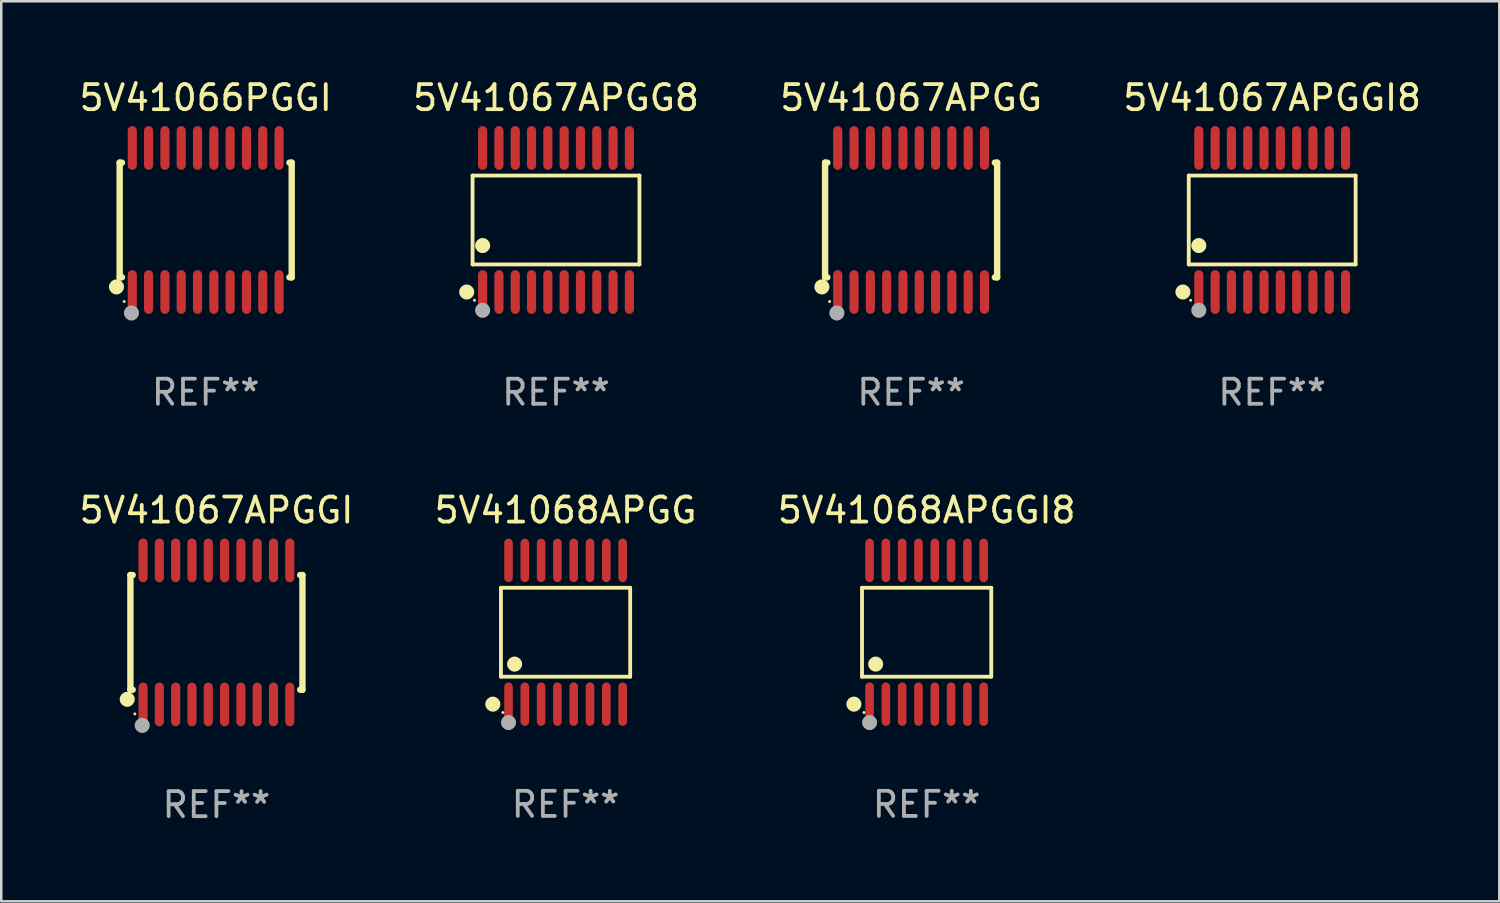
<source format=kicad_pcb>
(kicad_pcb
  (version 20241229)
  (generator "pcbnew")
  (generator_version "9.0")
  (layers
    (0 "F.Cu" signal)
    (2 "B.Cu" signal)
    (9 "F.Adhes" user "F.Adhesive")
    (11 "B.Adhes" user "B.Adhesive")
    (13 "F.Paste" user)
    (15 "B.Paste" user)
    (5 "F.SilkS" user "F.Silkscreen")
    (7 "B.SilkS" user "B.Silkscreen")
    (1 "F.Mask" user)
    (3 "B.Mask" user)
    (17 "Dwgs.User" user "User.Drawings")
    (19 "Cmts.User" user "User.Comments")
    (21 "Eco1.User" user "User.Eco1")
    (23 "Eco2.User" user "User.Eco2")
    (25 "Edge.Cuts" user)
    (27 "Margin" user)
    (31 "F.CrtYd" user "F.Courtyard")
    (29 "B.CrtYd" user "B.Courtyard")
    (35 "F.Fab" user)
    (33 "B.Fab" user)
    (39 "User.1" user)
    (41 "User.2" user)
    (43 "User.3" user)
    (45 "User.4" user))
  (footprint "5V41068APGGI8"
    (layer "F.Cu")
    (at 33.887 22.152)
    (property "Reference" "5V41068APGGI8" (at 0 -4.866 0) (layer "F.SilkS") (effects (font (size 1 1) (thickness 0.15))))
    (attr through_hole)
    (fp_line (start -2.576 -1.772) (end 2.576 -1.772) (stroke (width 0.152) (type solid)) (layer "F.SilkS"))
    (fp_line (start -2.576 1.771) (end -2.576 -1.772) (stroke (width 0.152) (type solid)) (layer "F.SilkS"))
    (fp_line (start 2.576 -1.772) (end 2.576 1.771) (stroke (width 0.152) (type solid)) (layer "F.SilkS"))
    (fp_line (start 2.576 1.771) (end -2.576 1.771) (stroke (width 0.152) (type solid)) (layer "F.SilkS"))
    (fp_circle (center -2.899 2.866) (end -2.749 2.866) (stroke (width 0.3) (type solid)) (fill no) (layer "F.SilkS"))
    (fp_circle (center -2.5 3.2) (end -2.47 3.2) (stroke (width 0.06) (type solid)) (fill no) (layer "F.SilkS"))
    (fp_circle (center -2.032 1.27) (end -1.882 1.27) (stroke (width 0.3) (type solid)) (fill no) (layer "F.SilkS"))
    (fp_circle (center -2.275 3.6) (end -2.125 3.6) (stroke (width 0.3) (type solid)) (fill no) (layer "F.Fab"))
    (fp_text user "REF**" (at 0 6.866 0) (layer "F.Fab") (effects (font (size 1 1) (thickness 0.15))))
    (pad "1" smd oval (at -2.275 2.866) (size 0.343 1.731) (layers "F.Cu" "F.Mask" "F.Paste"))
    (pad "2" smd oval (at -1.625 2.866) (size 0.343 1.731) (layers "F.Cu" "F.Mask" "F.Paste"))
    (pad "3" smd oval (at -0.975 2.866) (size 0.343 1.731) (layers "F.Cu" "F.Mask" "F.Paste"))
    (pad "4" smd oval (at -0.325 2.866) (size 0.343 1.731) (layers "F.Cu" "F.Mask" "F.Paste"))
    (pad "5" smd oval (at 0.325 2.866) (size 0.343 1.731) (layers "F.Cu" "F.Mask" "F.Paste"))
    (pad "6" smd oval (at 0.975 2.866) (size 0.343 1.731) (layers "F.Cu" "F.Mask" "F.Paste"))
    (pad "7" smd oval (at 1.625 2.866) (size 0.343 1.731) (layers "F.Cu" "F.Mask" "F.Paste"))
    (pad "8" smd oval (at 2.275 2.866) (size 0.343 1.731) (layers "F.Cu" "F.Mask" "F.Paste"))
    (pad "9" smd oval (at 2.275 -2.866) (size 0.343 1.731) (layers "F.Cu" "F.Mask" "F.Paste"))
    (pad "10" smd oval (at 1.625 -2.866) (size 0.343 1.731) (layers "F.Cu" "F.Mask" "F.Paste"))
    (pad "11" smd oval (at 0.975 -2.866) (size 0.343 1.731) (layers "F.Cu" "F.Mask" "F.Paste"))
    (pad "12" smd oval (at 0.325 -2.866) (size 0.343 1.731) (layers "F.Cu" "F.Mask" "F.Paste"))
    (pad "13" smd oval (at -0.325 -2.866) (size 0.343 1.731) (layers "F.Cu" "F.Mask" "F.Paste"))
    (pad "14" smd oval (at -0.975 -2.866) (size 0.343 1.731) (layers "F.Cu" "F.Mask" "F.Paste"))
    (pad "15" smd oval (at -1.625 -2.866) (size 0.343 1.731) (layers "F.Cu" "F.Mask" "F.Paste"))
    (pad "16" smd oval (at -2.275 -2.866) (size 0.343 1.731) (layers "F.Cu" "F.Mask" "F.Paste")))
  (footprint "5V41067APGG"
    (layer "F.Cu")
    (at 33.268 5.719)
    (property "Reference" "5V41067APGG" (at 0 -4.871 0) (layer "F.SilkS") (effects (font (size 1 1) (thickness 0.15))))
    (attr through_hole)
    (fp_line (start -3.429 -2.286) (end -3.429 2.286) (stroke (width 0.254) (type solid)) (layer "F.SilkS"))
    (fp_line (start -3.429 2.286) (end -3.338 2.286) (stroke (width 0.254) (type solid)) (layer "F.SilkS"))
    (fp_line (start -3.338 -2.286) (end -3.429 -2.286) (stroke (width 0.254) (type solid)) (layer "F.SilkS"))
    (fp_line (start 3.338 -2.286) (end 3.429 -2.286) (stroke (width 0.254) (type solid)) (layer "F.SilkS"))
    (fp_line (start 3.429 -2.286) (end 3.429 2.286) (stroke (width 0.254) (type solid)) (layer "F.SilkS"))
    (fp_line (start 3.429 2.286) (end 3.338 2.286) (stroke (width 0.254) (type solid)) (layer "F.SilkS"))
    (fp_circle (center -3.556 2.667) (end -3.406 2.667) (stroke (width 0.3) (type solid)) (fill no) (layer "F.SilkS"))
    (fp_circle (center -3.25 3.25) (end -3.22 3.25) (stroke (width 0.06) (type solid)) (fill no) (layer "F.SilkS"))
    (fp_circle (center -2.959 3.707) (end -2.808 3.707) (stroke (width 0.3) (type solid)) (fill no) (layer "F.Fab"))
    (fp_text user "REF**" (at 0 6.871 0) (layer "F.Fab") (effects (font (size 1 1) (thickness 0.15))))
    (pad "1" smd oval (at -2.925 2.871) (size 0.364 1.742) (layers "F.Cu" "F.Mask" "F.Paste"))
    (pad "2" smd oval (at -2.275 2.871) (size 0.364 1.742) (layers "F.Cu" "F.Mask" "F.Paste"))
    (pad "3" smd oval (at -1.625 2.871) (size 0.364 1.742) (layers "F.Cu" "F.Mask" "F.Paste"))
    (pad "4" smd oval (at -0.975 2.871) (size 0.364 1.742) (layers "F.Cu" "F.Mask" "F.Paste"))
    (pad "5" smd oval (at -0.325 2.871) (size 0.364 1.742) (layers "F.Cu" "F.Mask" "F.Paste"))
    (pad "6" smd oval (at 0.325 2.871) (size 0.364 1.742) (layers "F.Cu" "F.Mask" "F.Paste"))
    (pad "7" smd oval (at 0.975 2.871) (size 0.364 1.742) (layers "F.Cu" "F.Mask" "F.Paste"))
    (pad "8" smd oval (at 1.625 2.871) (size 0.364 1.742) (layers "F.Cu" "F.Mask" "F.Paste"))
    (pad "9" smd oval (at 2.275 2.871) (size 0.364 1.742) (layers "F.Cu" "F.Mask" "F.Paste"))
    (pad "10" smd oval (at 2.925 2.871) (size 0.364 1.742) (layers "F.Cu" "F.Mask" "F.Paste"))
    (pad "11" smd oval (at 2.925 -2.871) (size 0.364 1.742) (layers "F.Cu" "F.Mask" "F.Paste"))
    (pad "12" smd oval (at 2.275 -2.871) (size 0.364 1.742) (layers "F.Cu" "F.Mask" "F.Paste"))
    (pad "13" smd oval (at 1.625 -2.871) (size 0.364 1.742) (layers "F.Cu" "F.Mask" "F.Paste"))
    (pad "14" smd oval (at 0.975 -2.871) (size 0.364 1.742) (layers "F.Cu" "F.Mask" "F.Paste"))
    (pad "15" smd oval (at 0.325 -2.871) (size 0.364 1.742) (layers "F.Cu" "F.Mask" "F.Paste"))
    (pad "16" smd oval (at -0.325 -2.871) (size 0.364 1.742) (layers "F.Cu" "F.Mask" "F.Paste"))
    (pad "17" smd oval (at -0.975 -2.871) (size 0.364 1.742) (layers "F.Cu" "F.Mask" "F.Paste"))
    (pad "18" smd oval (at -1.625 -2.871) (size 0.364 1.742) (layers "F.Cu" "F.Mask" "F.Paste"))
    (pad "19" smd oval (at -2.275 -2.871) (size 0.364 1.742) (layers "F.Cu" "F.Mask" "F.Paste"))
    (pad "20" smd oval (at -2.925 -2.871) (size 0.364 1.742) (layers "F.Cu" "F.Mask" "F.Paste")))
  (footprint "5V41067APGGI"
    (layer "F.Cu")
    (at 5.577 22.158)
    (property "Reference" "5V41067APGGI" (at 0 -4.871 0) (layer "F.SilkS") (effects (font (size 1 1) (thickness 0.15))))
    (attr through_hole)
    (fp_line (start -3.429 -2.286) (end -3.429 2.286) (stroke (width 0.254) (type solid)) (layer "F.SilkS"))
    (fp_line (start -3.429 2.286) (end -3.338 2.286) (stroke (width 0.254) (type solid)) (layer "F.SilkS"))
    (fp_line (start -3.338 -2.286) (end -3.429 -2.286) (stroke (width 0.254) (type solid)) (layer "F.SilkS"))
    (fp_line (start 3.338 -2.286) (end 3.429 -2.286) (stroke (width 0.254) (type solid)) (layer "F.SilkS"))
    (fp_line (start 3.429 -2.286) (end 3.429 2.286) (stroke (width 0.254) (type solid)) (layer "F.SilkS"))
    (fp_line (start 3.429 2.286) (end 3.338 2.286) (stroke (width 0.254) (type solid)) (layer "F.SilkS"))
    (fp_circle (center -3.556 2.667) (end -3.406 2.667) (stroke (width 0.3) (type solid)) (fill no) (layer "F.SilkS"))
    (fp_circle (center -3.25 3.25) (end -3.22 3.25) (stroke (width 0.06) (type solid)) (fill no) (layer "F.SilkS"))
    (fp_circle (center -2.959 3.707) (end -2.808 3.707) (stroke (width 0.3) (type solid)) (fill no) (layer "F.Fab"))
    (fp_text user "REF**" (at 0 6.871 0) (layer "F.Fab") (effects (font (size 1 1) (thickness 0.15))))
    (pad "1" smd oval (at -2.925 2.871) (size 0.364 1.742) (layers "F.Cu" "F.Mask" "F.Paste"))
    (pad "2" smd oval (at -2.275 2.871) (size 0.364 1.742) (layers "F.Cu" "F.Mask" "F.Paste"))
    (pad "3" smd oval (at -1.625 2.871) (size 0.364 1.742) (layers "F.Cu" "F.Mask" "F.Paste"))
    (pad "4" smd oval (at -0.975 2.871) (size 0.364 1.742) (layers "F.Cu" "F.Mask" "F.Paste"))
    (pad "5" smd oval (at -0.325 2.871) (size 0.364 1.742) (layers "F.Cu" "F.Mask" "F.Paste"))
    (pad "6" smd oval (at 0.325 2.871) (size 0.364 1.742) (layers "F.Cu" "F.Mask" "F.Paste"))
    (pad "7" smd oval (at 0.975 2.871) (size 0.364 1.742) (layers "F.Cu" "F.Mask" "F.Paste"))
    (pad "8" smd oval (at 1.625 2.871) (size 0.364 1.742) (layers "F.Cu" "F.Mask" "F.Paste"))
    (pad "9" smd oval (at 2.275 2.871) (size 0.364 1.742) (layers "F.Cu" "F.Mask" "F.Paste"))
    (pad "10" smd oval (at 2.925 2.871) (size 0.364 1.742) (layers "F.Cu" "F.Mask" "F.Paste"))
    (pad "11" smd oval (at 2.925 -2.871) (size 0.364 1.742) (layers "F.Cu" "F.Mask" "F.Paste"))
    (pad "12" smd oval (at 2.275 -2.871) (size 0.364 1.742) (layers "F.Cu" "F.Mask" "F.Paste"))
    (pad "13" smd oval (at 1.625 -2.871) (size 0.364 1.742) (layers "F.Cu" "F.Mask" "F.Paste"))
    (pad "14" smd oval (at 0.975 -2.871) (size 0.364 1.742) (layers "F.Cu" "F.Mask" "F.Paste"))
    (pad "15" smd oval (at 0.325 -2.871) (size 0.364 1.742) (layers "F.Cu" "F.Mask" "F.Paste"))
    (pad "16" smd oval (at -0.325 -2.871) (size 0.364 1.742) (layers "F.Cu" "F.Mask" "F.Paste"))
    (pad "17" smd oval (at -0.975 -2.871) (size 0.364 1.742) (layers "F.Cu" "F.Mask" "F.Paste"))
    (pad "18" smd oval (at -1.625 -2.871) (size 0.364 1.742) (layers "F.Cu" "F.Mask" "F.Paste"))
    (pad "19" smd oval (at -2.275 -2.871) (size 0.364 1.742) (layers "F.Cu" "F.Mask" "F.Paste"))
    (pad "20" smd oval (at -2.925 -2.871) (size 0.364 1.742) (layers "F.Cu" "F.Mask" "F.Paste")))
  (footprint "5V41067APGGI8"
    (layer "F.Cu")
    (at 47.661 5.719)
    (property "Reference" "5V41067APGGI8" (at 0 -4.871 0) (layer "F.SilkS") (effects (font (size 1 1) (thickness 0.15))))
    (attr through_hole)
    (fp_line (start -3.326 -1.771) (end 3.326 -1.771) (stroke (width 0.152) (type solid)) (layer "F.SilkS"))
    (fp_line (start -3.326 1.771) (end -3.326 -1.771) (stroke (width 0.152) (type solid)) (layer "F.SilkS"))
    (fp_line (start 3.326 -1.771) (end 3.326 1.771) (stroke (width 0.152) (type solid)) (layer "F.SilkS"))
    (fp_line (start 3.326 1.771) (end -3.326 1.771) (stroke (width 0.152) (type solid)) (layer "F.SilkS"))
    (fp_circle (center -3.559 2.871) (end -3.409 2.871) (stroke (width 0.3) (type solid)) (fill no) (layer "F.SilkS"))
    (fp_circle (center -3.25 3.2) (end -3.22 3.2) (stroke (width 0.06) (type solid)) (fill no) (layer "F.SilkS"))
    (fp_circle (center -2.925 1.019) (end -2.775 1.019) (stroke (width 0.3) (type solid)) (fill no) (layer "F.SilkS"))
    (fp_circle (center -2.925 3.6) (end -2.775 3.6) (stroke (width 0.3) (type solid)) (fill no) (layer "F.Fab"))
    (fp_text user "REF**" (at 0 6.871 0) (layer "F.Fab") (effects (font (size 1 1) (thickness 0.15))))
    (pad "1" smd oval (at -2.925 2.871) (size 0.364 1.742) (layers "F.Cu" "F.Mask" "F.Paste"))
    (pad "2" smd oval (at -2.275 2.871) (size 0.364 1.742) (layers "F.Cu" "F.Mask" "F.Paste"))
    (pad "3" smd oval (at -1.625 2.871) (size 0.364 1.742) (layers "F.Cu" "F.Mask" "F.Paste"))
    (pad "4" smd oval (at -0.975 2.871) (size 0.364 1.742) (layers "F.Cu" "F.Mask" "F.Paste"))
    (pad "5" smd oval (at -0.325 2.871) (size 0.364 1.742) (layers "F.Cu" "F.Mask" "F.Paste"))
    (pad "6" smd oval (at 0.325 2.871) (size 0.364 1.742) (layers "F.Cu" "F.Mask" "F.Paste"))
    (pad "7" smd oval (at 0.975 2.871) (size 0.364 1.742) (layers "F.Cu" "F.Mask" "F.Paste"))
    (pad "8" smd oval (at 1.625 2.871) (size 0.364 1.742) (layers "F.Cu" "F.Mask" "F.Paste"))
    (pad "9" smd oval (at 2.275 2.871) (size 0.364 1.742) (layers "F.Cu" "F.Mask" "F.Paste"))
    (pad "10" smd oval (at 2.925 2.871) (size 0.364 1.742) (layers "F.Cu" "F.Mask" "F.Paste"))
    (pad "11" smd oval (at 2.925 -2.871) (size 0.364 1.742) (layers "F.Cu" "F.Mask" "F.Paste"))
    (pad "12" smd oval (at 2.275 -2.871) (size 0.364 1.742) (layers "F.Cu" "F.Mask" "F.Paste"))
    (pad "13" smd oval (at 1.625 -2.871) (size 0.364 1.742) (layers "F.Cu" "F.Mask" "F.Paste"))
    (pad "14" smd oval (at 0.975 -2.871) (size 0.364 1.742) (layers "F.Cu" "F.Mask" "F.Paste"))
    (pad "15" smd oval (at 0.325 -2.871) (size 0.364 1.742) (layers "F.Cu" "F.Mask" "F.Paste"))
    (pad "16" smd oval (at -0.325 -2.871) (size 0.364 1.742) (layers "F.Cu" "F.Mask" "F.Paste"))
    (pad "17" smd oval (at -0.975 -2.871) (size 0.364 1.742) (layers "F.Cu" "F.Mask" "F.Paste"))
    (pad "18" smd oval (at -1.625 -2.871) (size 0.364 1.742) (layers "F.Cu" "F.Mask" "F.Paste"))
    (pad "19" smd oval (at -2.275 -2.871) (size 0.364 1.742) (layers "F.Cu" "F.Mask" "F.Paste"))
    (pad "20" smd oval (at -2.925 -2.871) (size 0.364 1.742) (layers "F.Cu" "F.Mask" "F.Paste")))
  (footprint "5V41066PGGI"
    (layer "F.Cu")
    (at 5.149 5.719)
    (property "Reference" "5V41066PGGI" (at 0 -4.871 0) (layer "F.SilkS") (effects (font (size 1 1) (thickness 0.15))))
    (attr through_hole)
    (fp_line (start -3.429 -2.286) (end -3.429 2.286) (stroke (width 0.254) (type solid)) (layer "F.SilkS"))
    (fp_line (start -3.429 2.286) (end -3.338 2.286) (stroke (width 0.254) (type solid)) (layer "F.SilkS"))
    (fp_line (start -3.338 -2.286) (end -3.429 -2.286) (stroke (width 0.254) (type solid)) (layer "F.SilkS"))
    (fp_line (start 3.338 -2.286) (end 3.429 -2.286) (stroke (width 0.254) (type solid)) (layer "F.SilkS"))
    (fp_line (start 3.429 -2.286) (end 3.429 2.286) (stroke (width 0.254) (type solid)) (layer "F.SilkS"))
    (fp_line (start 3.429 2.286) (end 3.338 2.286) (stroke (width 0.254) (type solid)) (layer "F.SilkS"))
    (fp_circle (center -3.556 2.667) (end -3.406 2.667) (stroke (width 0.3) (type solid)) (fill no) (layer "F.SilkS"))
    (fp_circle (center -3.25 3.25) (end -3.22 3.25) (stroke (width 0.06) (type solid)) (fill no) (layer "F.SilkS"))
    (fp_circle (center -2.959 3.707) (end -2.808 3.707) (stroke (width 0.3) (type solid)) (fill no) (layer "F.Fab"))
    (fp_text user "REF**" (at 0 6.871 0) (layer "F.Fab") (effects (font (size 1 1) (thickness 0.15))))
    (pad "1" smd oval (at -2.925 2.871) (size 0.364 1.742) (layers "F.Cu" "F.Mask" "F.Paste"))
    (pad "2" smd oval (at -2.275 2.871) (size 0.364 1.742) (layers "F.Cu" "F.Mask" "F.Paste"))
    (pad "3" smd oval (at -1.625 2.871) (size 0.364 1.742) (layers "F.Cu" "F.Mask" "F.Paste"))
    (pad "4" smd oval (at -0.975 2.871) (size 0.364 1.742) (layers "F.Cu" "F.Mask" "F.Paste"))
    (pad "5" smd oval (at -0.325 2.871) (size 0.364 1.742) (layers "F.Cu" "F.Mask" "F.Paste"))
    (pad "6" smd oval (at 0.325 2.871) (size 0.364 1.742) (layers "F.Cu" "F.Mask" "F.Paste"))
    (pad "7" smd oval (at 0.975 2.871) (size 0.364 1.742) (layers "F.Cu" "F.Mask" "F.Paste"))
    (pad "8" smd oval (at 1.625 2.871) (size 0.364 1.742) (layers "F.Cu" "F.Mask" "F.Paste"))
    (pad "9" smd oval (at 2.275 2.871) (size 0.364 1.742) (layers "F.Cu" "F.Mask" "F.Paste"))
    (pad "10" smd oval (at 2.925 2.871) (size 0.364 1.742) (layers "F.Cu" "F.Mask" "F.Paste"))
    (pad "11" smd oval (at 2.925 -2.871) (size 0.364 1.742) (layers "F.Cu" "F.Mask" "F.Paste"))
    (pad "12" smd oval (at 2.275 -2.871) (size 0.364 1.742) (layers "F.Cu" "F.Mask" "F.Paste"))
    (pad "13" smd oval (at 1.625 -2.871) (size 0.364 1.742) (layers "F.Cu" "F.Mask" "F.Paste"))
    (pad "14" smd oval (at 0.975 -2.871) (size 0.364 1.742) (layers "F.Cu" "F.Mask" "F.Paste"))
    (pad "15" smd oval (at 0.325 -2.871) (size 0.364 1.742) (layers "F.Cu" "F.Mask" "F.Paste"))
    (pad "16" smd oval (at -0.325 -2.871) (size 0.364 1.742) (layers "F.Cu" "F.Mask" "F.Paste"))
    (pad "17" smd oval (at -0.975 -2.871) (size 0.364 1.742) (layers "F.Cu" "F.Mask" "F.Paste"))
    (pad "18" smd oval (at -1.625 -2.871) (size 0.364 1.742) (layers "F.Cu" "F.Mask" "F.Paste"))
    (pad "19" smd oval (at -2.275 -2.871) (size 0.364 1.742) (layers "F.Cu" "F.Mask" "F.Paste"))
    (pad "20" smd oval (at -2.925 -2.871) (size 0.364 1.742) (layers "F.Cu" "F.Mask" "F.Paste")))
  (footprint "5V41067APGG8"
    (layer "F.Cu")
    (at 19.113 5.719)
    (property "Reference" "5V41067APGG8" (at 0 -4.871 0) (layer "F.SilkS") (effects (font (size 1 1) (thickness 0.15))))
    (attr through_hole)
    (fp_line (start -3.326 -1.771) (end 3.326 -1.771) (stroke (width 0.152) (type solid)) (layer "F.SilkS"))
    (fp_line (start -3.326 1.771) (end -3.326 -1.771) (stroke (width 0.152) (type solid)) (layer "F.SilkS"))
    (fp_line (start 3.326 -1.771) (end 3.326 1.771) (stroke (width 0.152) (type solid)) (layer "F.SilkS"))
    (fp_line (start 3.326 1.771) (end -3.326 1.771) (stroke (width 0.152) (type solid)) (layer "F.SilkS"))
    (fp_circle (center -3.559 2.871) (end -3.409 2.871) (stroke (width 0.3) (type solid)) (fill no) (layer "F.SilkS"))
    (fp_circle (center -3.25 3.2) (end -3.22 3.2) (stroke (width 0.06) (type solid)) (fill no) (layer "F.SilkS"))
    (fp_circle (center -2.925 1.019) (end -2.775 1.019) (stroke (width 0.3) (type solid)) (fill no) (layer "F.SilkS"))
    (fp_circle (center -2.925 3.6) (end -2.775 3.6) (stroke (width 0.3) (type solid)) (fill no) (layer "F.Fab"))
    (fp_text user "REF**" (at 0 6.871 0) (layer "F.Fab") (effects (font (size 1 1) (thickness 0.15))))
    (pad "1" smd oval (at -2.925 2.871) (size 0.364 1.742) (layers "F.Cu" "F.Mask" "F.Paste"))
    (pad "2" smd oval (at -2.275 2.871) (size 0.364 1.742) (layers "F.Cu" "F.Mask" "F.Paste"))
    (pad "3" smd oval (at -1.625 2.871) (size 0.364 1.742) (layers "F.Cu" "F.Mask" "F.Paste"))
    (pad "4" smd oval (at -0.975 2.871) (size 0.364 1.742) (layers "F.Cu" "F.Mask" "F.Paste"))
    (pad "5" smd oval (at -0.325 2.871) (size 0.364 1.742) (layers "F.Cu" "F.Mask" "F.Paste"))
    (pad "6" smd oval (at 0.325 2.871) (size 0.364 1.742) (layers "F.Cu" "F.Mask" "F.Paste"))
    (pad "7" smd oval (at 0.975 2.871) (size 0.364 1.742) (layers "F.Cu" "F.Mask" "F.Paste"))
    (pad "8" smd oval (at 1.625 2.871) (size 0.364 1.742) (layers "F.Cu" "F.Mask" "F.Paste"))
    (pad "9" smd oval (at 2.275 2.871) (size 0.364 1.742) (layers "F.Cu" "F.Mask" "F.Paste"))
    (pad "10" smd oval (at 2.925 2.871) (size 0.364 1.742) (layers "F.Cu" "F.Mask" "F.Paste"))
    (pad "11" smd oval (at 2.925 -2.871) (size 0.364 1.742) (layers "F.Cu" "F.Mask" "F.Paste"))
    (pad "12" smd oval (at 2.275 -2.871) (size 0.364 1.742) (layers "F.Cu" "F.Mask" "F.Paste"))
    (pad "13" smd oval (at 1.625 -2.871) (size 0.364 1.742) (layers "F.Cu" "F.Mask" "F.Paste"))
    (pad "14" smd oval (at 0.975 -2.871) (size 0.364 1.742) (layers "F.Cu" "F.Mask" "F.Paste"))
    (pad "15" smd oval (at 0.325 -2.871) (size 0.364 1.742) (layers "F.Cu" "F.Mask" "F.Paste"))
    (pad "16" smd oval (at -0.325 -2.871) (size 0.364 1.742) (layers "F.Cu" "F.Mask" "F.Paste"))
    (pad "17" smd oval (at -0.975 -2.871) (size 0.364 1.742) (layers "F.Cu" "F.Mask" "F.Paste"))
    (pad "18" smd oval (at -1.625 -2.871) (size 0.364 1.742) (layers "F.Cu" "F.Mask" "F.Paste"))
    (pad "19" smd oval (at -2.275 -2.871) (size 0.364 1.742) (layers "F.Cu" "F.Mask" "F.Paste"))
    (pad "20" smd oval (at -2.925 -2.871) (size 0.364 1.742) (layers "F.Cu" "F.Mask" "F.Paste")))
  (footprint "5V41068APGG"
    (layer "F.Cu")
    (at 19.494 22.152)
    (property "Reference" "5V41068APGG" (at 0 -4.866 0) (layer "F.SilkS") (effects (font (size 1 1) (thickness 0.15))))
    (attr through_hole)
    (fp_line (start -2.576 -1.772) (end 2.576 -1.772) (stroke (width 0.152) (type solid)) (layer "F.SilkS"))
    (fp_line (start -2.576 1.771) (end -2.576 -1.772) (stroke (width 0.152) (type solid)) (layer "F.SilkS"))
    (fp_line (start 2.576 -1.772) (end 2.576 1.771) (stroke (width 0.152) (type solid)) (layer "F.SilkS"))
    (fp_line (start 2.576 1.771) (end -2.576 1.771) (stroke (width 0.152) (type solid)) (layer "F.SilkS"))
    (fp_circle (center -2.899 2.866) (end -2.749 2.866) (stroke (width 0.3) (type solid)) (fill no) (layer "F.SilkS"))
    (fp_circle (center -2.5 3.2) (end -2.47 3.2) (stroke (width 0.06) (type solid)) (fill no) (layer "F.SilkS"))
    (fp_circle (center -2.032 1.27) (end -1.882 1.27) (stroke (width 0.3) (type solid)) (fill no) (layer "F.SilkS"))
    (fp_circle (center -2.275 3.6) (end -2.125 3.6) (stroke (width 0.3) (type solid)) (fill no) (layer "F.Fab"))
    (fp_text user "REF**" (at 0 6.866 0) (layer "F.Fab") (effects (font (size 1 1) (thickness 0.15))))
    (pad "1" smd oval (at -2.275 2.866) (size 0.343 1.731) (layers "F.Cu" "F.Mask" "F.Paste"))
    (pad "2" smd oval (at -1.625 2.866) (size 0.343 1.731) (layers "F.Cu" "F.Mask" "F.Paste"))
    (pad "3" smd oval (at -0.975 2.866) (size 0.343 1.731) (layers "F.Cu" "F.Mask" "F.Paste"))
    (pad "4" smd oval (at -0.325 2.866) (size 0.343 1.731) (layers "F.Cu" "F.Mask" "F.Paste"))
    (pad "5" smd oval (at 0.325 2.866) (size 0.343 1.731) (layers "F.Cu" "F.Mask" "F.Paste"))
    (pad "6" smd oval (at 0.975 2.866) (size 0.343 1.731) (layers "F.Cu" "F.Mask" "F.Paste"))
    (pad "7" smd oval (at 1.625 2.866) (size 0.343 1.731) (layers "F.Cu" "F.Mask" "F.Paste"))
    (pad "8" smd oval (at 2.275 2.866) (size 0.343 1.731) (layers "F.Cu" "F.Mask" "F.Paste"))
    (pad "9" smd oval (at 2.275 -2.866) (size 0.343 1.731) (layers "F.Cu" "F.Mask" "F.Paste"))
    (pad "10" smd oval (at 1.625 -2.866) (size 0.343 1.731) (layers "F.Cu" "F.Mask" "F.Paste"))
    (pad "11" smd oval (at 0.975 -2.866) (size 0.343 1.731) (layers "F.Cu" "F.Mask" "F.Paste"))
    (pad "12" smd oval (at 0.325 -2.866) (size 0.343 1.731) (layers "F.Cu" "F.Mask" "F.Paste"))
    (pad "13" smd oval (at -0.325 -2.866) (size 0.343 1.731) (layers "F.Cu" "F.Mask" "F.Paste"))
    (pad "14" smd oval (at -0.975 -2.866) (size 0.343 1.731) (layers "F.Cu" "F.Mask" "F.Paste"))
    (pad "15" smd oval (at -1.625 -2.866) (size 0.343 1.731) (layers "F.Cu" "F.Mask" "F.Paste"))
    (pad "16" smd oval (at -2.275 -2.866) (size 0.343 1.731) (layers "F.Cu" "F.Mask" "F.Paste")))
  (gr_rect
    (start -3 -3)
    (end 56.714 32.877)
    (stroke (width 0.1) (type default))
    (fill no)
    (layer "Edge.Cuts")))
</source>
